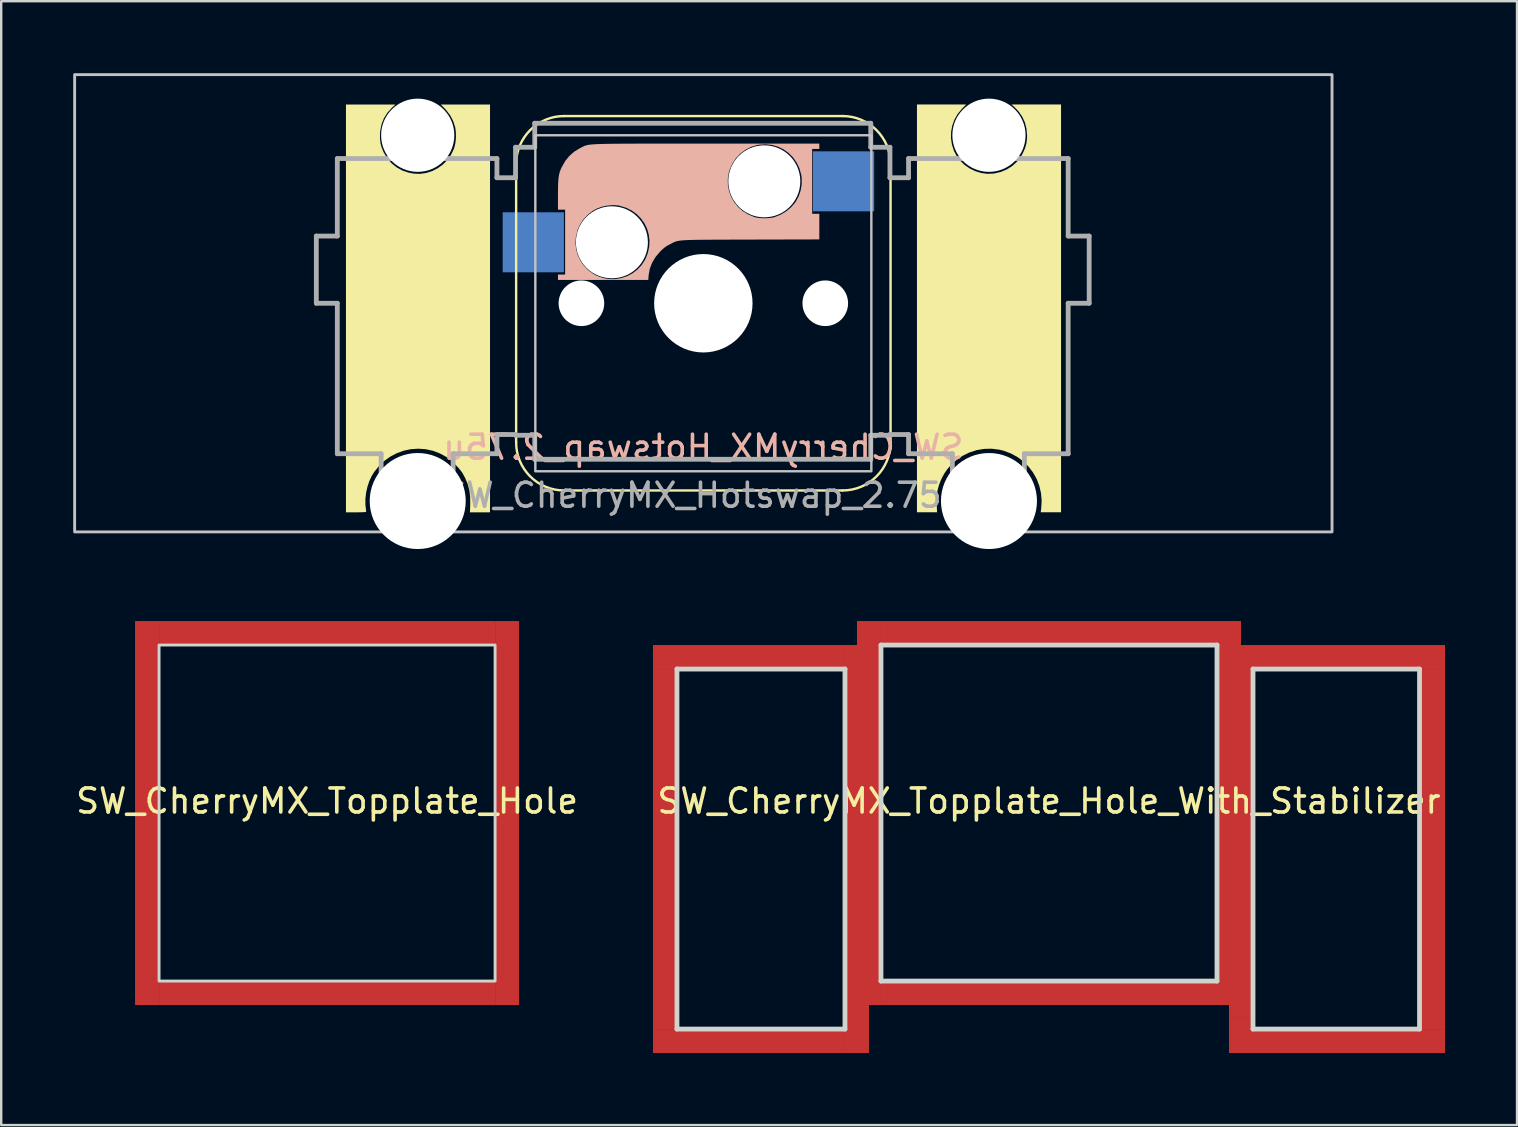
<source format=kicad_pcb>
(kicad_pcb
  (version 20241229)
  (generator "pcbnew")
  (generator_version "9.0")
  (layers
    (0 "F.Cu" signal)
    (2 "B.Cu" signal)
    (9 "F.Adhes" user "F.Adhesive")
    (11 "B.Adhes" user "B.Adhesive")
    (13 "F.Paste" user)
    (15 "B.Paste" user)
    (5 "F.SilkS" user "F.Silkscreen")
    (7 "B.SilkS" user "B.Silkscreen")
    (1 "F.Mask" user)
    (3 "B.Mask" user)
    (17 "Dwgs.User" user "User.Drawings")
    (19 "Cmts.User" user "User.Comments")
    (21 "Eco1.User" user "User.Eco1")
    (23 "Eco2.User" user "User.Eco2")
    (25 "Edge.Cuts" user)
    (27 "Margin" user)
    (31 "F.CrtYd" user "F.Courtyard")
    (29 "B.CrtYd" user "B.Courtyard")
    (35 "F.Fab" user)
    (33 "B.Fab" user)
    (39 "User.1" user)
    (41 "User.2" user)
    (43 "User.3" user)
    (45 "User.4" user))
  (footprint "SW_CherryMX_Topplate_Hole_With_Stabilizer"
    (layer "F.Cu")
    (at 40.655 30.825)
    (property "Reference" "SW_CherryMX_Topplate_Hole_With_Stabilizer" (at 0 -0.5 0) (unlocked yes) (layer "F.SilkS") (effects (font (size 1 1) (thickness 0.15))))
    (attr smd)
    (fp_line (start -15.5 -6) (end -8.5 -6) (stroke (width 0.2) (type solid)) (layer "Edge.Cuts"))
    (fp_line (start -15.5 9) (end -15.5 -6) (stroke (width 0.2) (type solid)) (layer "Edge.Cuts"))
    (fp_line (start -8.5 -6) (end -8.5 9) (stroke (width 0.2) (type solid)) (layer "Edge.Cuts"))
    (fp_line (start -8.5 9) (end -15.5 9) (stroke (width 0.2) (type solid)) (layer "Edge.Cuts"))
    (fp_line (start -7 -7) (end 7 -7) (stroke (width 0.2) (type solid)) (layer "Edge.Cuts"))
    (fp_line (start -7 7) (end -7 -7) (stroke (width 0.2) (type solid)) (layer "Edge.Cuts"))
    (fp_line (start 7 -7) (end 7 7) (stroke (width 0.2) (type solid)) (layer "Edge.Cuts"))
    (fp_line (start 7 7) (end -7 7) (stroke (width 0.2) (type solid)) (layer "Edge.Cuts"))
    (fp_line (start 8.5 -6) (end 15.438 -6) (stroke (width 0.2) (type solid)) (layer "Edge.Cuts"))
    (fp_line (start 8.5 9) (end 8.5 -6) (stroke (width 0.2) (type solid)) (layer "Edge.Cuts"))
    (fp_line (start 15.438 -6) (end 15.438 9) (stroke (width 0.2) (type solid)) (layer "Edge.Cuts"))
    (fp_line (start 15.438 9) (end 8.5 9) (stroke (width 0.2) (type solid)) (layer "Edge.Cuts"))
    (pad "" smd rect (at -16 1.5 90) (size 15 1) (layers "F.Cu" "F.Mask" "F.Paste"))
    (pad "" smd rect (at -12.5 -6.5 180) (size 8 1) (layers "F.Cu" "F.Mask" "F.Paste"))
    (pad "" smd rect (at -12.5 9.5 180) (size 8 1) (layers "F.Cu" "F.Mask" "F.Paste"))
    (pad "" smd rect (at -8 1.5 180) (size 1 17) (layers "F.Cu" "F.Mask" "F.Paste"))
    (pad "" smd rect (at -7.5 0 90) (size 16 1) (layers "F.Cu" "F.Mask" "F.Paste"))
    (pad "" smd rect (at 0 -7.5) (size 14 1) (layers "F.Cu" "F.Mask" "F.Paste"))
    (pad "" smd rect (at 0 7.5) (size 14 1) (layers "F.Cu" "F.Mask" "F.Paste"))
    (pad "" smd rect (at 7.5 0 90) (size 16 1) (layers "F.Cu" "F.Mask" "F.Paste"))
    (pad "" smd rect (at 8 0.75 90) (size 15.5 1) (layers "F.Cu" "F.Mask" "F.Paste"))
    (pad "" smd rect (at 8 9.25 180) (size 1 1.5) (layers "F.Cu" "F.Mask" "F.Paste"))
    (pad "" smd rect (at 12.5 -6.5 180) (size 8 1) (layers "F.Cu" "F.Mask" "F.Paste"))
    (pad "" smd rect (at 12.5 9.5 180) (size 8 1) (layers "F.Cu" "F.Mask" "F.Paste"))
    (pad "" smd rect (at 16 1.5 90) (size 15 1) (layers "F.Cu" "F.Mask" "F.Paste")))
  (footprint "SW_CherryMX_Topplate_Hole"
    (layer "F.Cu")
    (at 10.577 30.825)
    (property "Reference" "SW_CherryMX_Topplate_Hole" (at 0 -0.5 0) (unlocked yes) (layer "F.SilkS") (effects (font (size 1 1) (thickness 0.15))))
    (attr smd)
    (fp_rect (start -7 -7) (end 7 7) (stroke (width 0.12) (type solid)) (fill no) (layer "Edge.Cuts"))
    (pad "" smd rect (at -7.5 0 90) (size 16 1) (layers "F.Cu" "F.Mask" "F.Paste"))
    (pad "" smd rect (at 0 -7.5) (size 14 1) (layers "F.Cu" "F.Mask" "F.Paste"))
    (pad "" smd rect (at 0 7.5) (size 14 1) (layers "F.Cu" "F.Mask" "F.Paste"))
    (pad "" smd rect (at 7.5 0 90) (size 16 1) (layers "F.Cu" "F.Mask" "F.Paste")))
  (footprint "SW_CherryMX_Hotswap_2.75u"
    (layer "F.Cu")
    (at 26.254 9.585)
    (property "Reference" "SW_CherryMX_Hotswap_2.75u" (at 0 6 0) (unlocked yes) (layer "B.SilkS") (effects (font (size 1 1) (thickness 0.15)) (justify mirror)))
    (attr smd)
    (fp_line (start -7.8 -5.8) (end -7.8 5.8) (stroke (width 0.1) (type default)) (layer "F.SilkS"))
    (fp_line (start -5.8 -7.8) (end 5.8 -7.8) (stroke (width 0.1) (type default)) (layer "F.SilkS"))
    (fp_line (start -5.8 7.8) (end 5.8 7.8) (stroke (width 0.1) (type default)) (layer "F.SilkS"))
    (fp_line (start 7.8 -5.8) (end 7.8 5.8) (stroke (width 0.1) (type default)) (layer "F.SilkS"))
    (fp_arc (start -7.8 -5.8) (mid -7.214214 -7.214214) (end -5.8 -7.8) (stroke (width 0.1) (type default)) (layer "F.SilkS"))
    (fp_arc (start -5.8 7.8) (mid -7.214214 7.214214) (end -7.8 5.8) (stroke (width 0.1) (type default)) (layer "F.SilkS"))
    (fp_arc (start 5.8 -7.8) (mid 7.214214 -7.214214) (end 7.8 -5.8) (stroke (width 0.1) (type default)) (layer "F.SilkS"))
    (fp_arc (start 7.8 5.8) (mid 7.214214 7.214214) (end 5.8 7.8) (stroke (width 0.1) (type default)) (layer "F.SilkS"))
    (fp_poly (pts (xy 10.773 -8.101) (xy 10.597 -7.889) (xy 10.463 -7.654) (xy 10.371 -7.403) (xy 10.322 -7.141) (xy 10.317 -6.875) (xy 10.357 -6.61) (xy 10.441 -6.352) (xy 10.53 -6.175) (xy 10.682 -5.961) (xy 10.869 -5.776) (xy 11.084 -5.623) (xy 11.321 -5.506) (xy 11.571 -5.428) (xy 11.829 -5.393) (xy 12.089 -5.402) (xy 12.114 -5.406) (xy 12.392 -5.471) (xy 12.647 -5.577) (xy 12.875 -5.722) (xy 13.073 -5.904) (xy 13.237 -6.12) (xy 13.316 -6.262) (xy 13.403 -6.459) (xy 13.457 -6.643) (xy 13.484 -6.832) (xy 13.489 -6.98) (xy 13.465 -7.267) (xy 13.397 -7.534) (xy 13.284 -7.779) (xy 13.127 -8.002) (xy 12.98 -8.155) (xy 12.84 -8.283) (xy 14.903 -8.283) (xy 14.903 8.708) (xy 14.056 8.708) (xy 14.075 8.565) (xy 14.096 8.239) (xy 14.07 7.92) (xy 14 7.615) (xy 13.89 7.325) (xy 13.74 7.056) (xy 13.555 6.811) (xy 13.337 6.593) (xy 13.088 6.407) (xy 12.811 6.256) (xy 12.51 6.144) (xy 12.336 6.101) (xy 12.018 6.06) (xy 11.7 6.067) (xy 11.388 6.119) (xy 11.087 6.216) (xy 10.802 6.355) (xy 10.539 6.534) (xy 10.304 6.752) (xy 10.297 6.759) (xy 10.157 6.923) (xy 10.044 7.086) (xy 9.945 7.267) (xy 9.879 7.41) (xy 9.806 7.607) (xy 9.756 7.802) (xy 9.729 8.011) (xy 9.722 8.245) (xy 9.724 8.366) (xy 9.737 8.708) (xy 8.9 8.708) (xy 8.9 -8.283) (xy 10.952 -8.283)) (stroke (width 0) (type solid)) (fill yes) (layer "F.SilkS"))
    (fp_poly (pts (xy -12.976 -8.145) (xy -13.164 -7.939) (xy -13.308 -7.712) (xy -13.407 -7.463) (xy -13.461 -7.193) (xy -13.471 -7.072) (xy -13.473 -6.865) (xy -13.455 -6.687) (xy -13.413 -6.52) (xy -13.344 -6.345) (xy -13.316 -6.284) (xy -13.172 -6.043) (xy -12.994 -5.835) (xy -12.784 -5.665) (xy -12.546 -5.533) (xy -12.282 -5.442) (xy -12.073 -5.402) (xy -11.808 -5.391) (xy -11.549 -5.427) (xy -11.3 -5.506) (xy -11.066 -5.624) (xy -10.854 -5.777) (xy -10.669 -5.963) (xy -10.515 -6.178) (xy -10.399 -6.419) (xy -10.373 -6.495) (xy -10.329 -6.682) (xy -10.308 -6.893) (xy -10.309 -7.107) (xy -10.333 -7.303) (xy -10.337 -7.324) (xy -10.421 -7.589) (xy -10.55 -7.835) (xy -10.72 -8.057) (xy -10.76 -8.099) (xy -10.939 -8.281) (xy -8.888 -8.281) (xy -8.888 8.71) (xy -9.724 8.71) (xy -9.712 8.368) (xy -9.715 8.066) (xy -9.749 7.792) (xy -9.817 7.535) (xy -9.922 7.283) (xy -10.033 7.079) (xy -10.103 6.979) (xy -10.202 6.86) (xy -10.32 6.734) (xy -10.445 6.612) (xy -10.567 6.504) (xy -10.675 6.422) (xy -10.686 6.415) (xy -10.97 6.258) (xy -11.265 6.147) (xy -11.568 6.081) (xy -11.873 6.059) (xy -12.177 6.079) (xy -12.474 6.14) (xy -12.761 6.242) (xy -13.033 6.383) (xy -13.285 6.562) (xy -13.514 6.778) (xy -13.714 7.03) (xy -13.818 7.197) (xy -13.916 7.407) (xy -13.995 7.645) (xy -14.051 7.897) (xy -14.08 8.147) (xy -14.081 8.381) (xy -14.073 8.462) (xy -14.061 8.556) (xy -14.052 8.632) (xy -14.048 8.676) (xy -14.048 8.679) (xy -14.06 8.691) (xy -14.099 8.7) (xy -14.172 8.705) (xy -14.283 8.709) (xy -14.438 8.71) (xy -14.469 8.71) (xy -14.89 8.71) (xy -14.89 -8.281) (xy -12.829 -8.281)) (stroke (width 0) (type solid)) (fill yes) (layer "F.SilkS"))
    (fp_poly (pts (xy -6.057 -1.196) (xy -5.759 -1.196) (xy -5.759 -3.899) (xy -6.057 -3.899) (xy -6.057 -4.526) (xy -6.055 -4.762) (xy -6.051 -4.956) (xy -6.043 -5.116) (xy -6.03 -5.249) (xy -6.011 -5.361) (xy -5.985 -5.462) (xy -5.95 -5.558) (xy -5.907 -5.656) (xy -5.899 -5.672) (xy -5.756 -5.924) (xy -5.584 -6.137) (xy -5.379 -6.316) (xy -5.138 -6.464) (xy -5.102 -6.481) (xy -5.062 -6.501) (xy -5.026 -6.52) (xy -4.992 -6.537) (xy -4.958 -6.552) (xy -4.922 -6.566) (xy -4.882 -6.579) (xy -4.835 -6.59) (xy -4.78 -6.6) (xy -4.713 -6.609) (xy -4.634 -6.617) (xy -4.539 -6.624) (xy -4.428 -6.63) (xy -4.296 -6.635) (xy -4.143 -6.639) (xy -3.966 -6.642) (xy -3.764 -6.645) (xy -3.533 -6.647) (xy -3.272 -6.649) (xy -2.978 -6.65) (xy -2.65 -6.651) (xy -2.285 -6.652) (xy -1.881 -6.652) (xy -1.437 -6.652) (xy -0.948 -6.652) (xy -0.415 -6.652) (xy 0.138 -6.652) (xy 4.832 -6.653) (xy 4.832 -6.429) (xy 4.535 -6.429) (xy 4.535 -4.964) (xy 4.099 -4.964) (xy 4.098 -5.219) (xy 4.077 -5.362) (xy 4 -5.628) (xy 3.883 -5.869) (xy 3.732 -6.082) (xy 3.549 -6.264) (xy 3.341 -6.413) (xy 3.111 -6.524) (xy 2.863 -6.595) (xy 2.602 -6.624) (xy 2.333 -6.607) (xy 2.24 -6.591) (xy 1.984 -6.512) (xy 1.748 -6.391) (xy 1.537 -6.232) (xy 1.355 -6.039) (xy 1.207 -5.817) (xy 1.098 -5.569) (xy 1.061 -5.447) (xy 1.019 -5.185) (xy 1.023 -4.926) (xy 1.07 -4.674) (xy 1.158 -4.436) (xy 1.284 -4.214) (xy 1.444 -4.016) (xy 1.637 -3.844) (xy 1.858 -3.705) (xy 2.104 -3.602) (xy 2.203 -3.574) (xy 2.339 -3.552) (xy 2.501 -3.542) (xy 2.671 -3.545) (xy 2.83 -3.56) (xy 2.958 -3.587) (xy 3.212 -3.686) (xy 3.447 -3.825) (xy 3.655 -3.998) (xy 3.827 -4.199) (xy 3.855 -4.239) (xy 3.975 -4.463) (xy 4.057 -4.708) (xy 4.099 -4.964) (xy 4.535 -4.964) (xy 4.535 -3.726) (xy 4.832 -3.726) (xy 4.832 -2.66) (xy 1.961 -2.653) (xy 1.516 -2.652) (xy 1.117 -2.651) (xy 0.762 -2.65) (xy 0.448 -2.649) (xy 0.172 -2.647) (xy -0.069 -2.645) (xy -0.277 -2.643) (xy -0.456 -2.639) (xy -0.609 -2.635) (xy -0.738 -2.629) (xy -0.846 -2.622) (xy -0.936 -2.614) (xy -0.954 -2.612) (xy -2.244 -2.612) (xy -2.274 -2.863) (xy -2.344 -3.103) (xy -2.453 -3.328) (xy -2.597 -3.533) (xy -2.776 -3.713) (xy -2.985 -3.864) (xy -3.224 -3.982) (xy -3.489 -4.062) (xy -3.546 -4.074) (xy -3.699 -4.088) (xy -3.878 -4.082) (xy -4.062 -4.059) (xy -4.231 -4.02) (xy -4.265 -4.009) (xy -4.441 -3.942) (xy -4.589 -3.863) (xy -4.729 -3.761) (xy -4.832 -3.67) (xy -5.006 -3.483) (xy -5.138 -3.283) (xy -5.237 -3.058) (xy -5.242 -3.045) (xy -5.308 -2.779) (xy -5.327 -2.514) (xy -5.301 -2.254) (xy -5.232 -2.005) (xy -5.121 -1.772) (xy -4.972 -1.559) (xy -4.786 -1.371) (xy -4.566 -1.214) (xy -4.43 -1.142) (xy -4.184 -1.052) (xy -3.93 -1.007) (xy -3.674 -1.006) (xy -3.423 -1.047) (xy -3.181 -1.127) (xy -2.956 -1.244) (xy -2.752 -1.398) (xy -2.576 -1.585) (xy -2.433 -1.803) (xy -2.417 -1.834) (xy -2.313 -2.093) (xy -2.256 -2.353) (xy -2.244 -2.612) (xy -0.954 -2.612) (xy -1.011 -2.604) (xy -1.075 -2.592) (xy -1.129 -2.578) (xy -1.177 -2.562) (xy -1.221 -2.544) (xy -1.265 -2.523) (xy -1.311 -2.499) (xy -1.362 -2.473) (xy -1.393 -2.457) (xy -1.521 -2.388) (xy -1.631 -2.31) (xy -1.742 -2.212) (xy -1.79 -2.165) (xy -1.983 -1.938) (xy -2.129 -1.699) (xy -2.227 -1.448) (xy -2.277 -1.185) (xy -2.28 -1.154) (xy -2.294 -0.972) (xy -6.057 -0.972)) (stroke (width 0) (type solid)) (fill yes) (layer "B.SilkS"))
    (fp_rect (start -26.194 -9.525) (end 26.194 9.525) (stroke (width 0.12) (type solid)) (fill no) (layer "Dwgs.User"))
    (fp_rect (start -7 7) (end 7 -7) (stroke (width 0.1) (type default)) (fill no) (layer "Dwgs.User"))
    (fp_line (start -16.125 -2.8) (end -16.125 0) (stroke (width 0.2) (type solid)) (layer "F.Fab"))
    (fp_line (start -16.125 0) (end -15.25 0) (stroke (width 0.2) (type solid)) (layer "F.Fab"))
    (fp_line (start -15.25 -6.03) (end -15.25 -2.8) (stroke (width 0.2) (type solid)) (layer "F.Fab"))
    (fp_line (start -15.25 -2.8) (end -16.125 -2.8) (stroke (width 0.2) (type solid)) (layer "F.Fab"))
    (fp_line (start -15.25 0) (end -15.25 6.27) (stroke (width 0.2) (type solid)) (layer "F.Fab"))
    (fp_line (start -15.25 6.27) (end -13.425 6.27) (stroke (width 0.2) (type solid)) (layer "F.Fab"))
    (fp_line (start -13.425 6.27) (end -13.425 7.47) (stroke (width 0.2) (type solid)) (layer "F.Fab"))
    (fp_line (start -13.425 7.47) (end -10.425 7.47) (stroke (width 0.2) (type solid)) (layer "F.Fab"))
    (fp_line (start -10.425 6.27) (end -10.425 6.27) (stroke (width 0.2) (type solid)) (layer "F.Fab"))
    (fp_line (start -10.425 6.27) (end -8.6 6.27) (stroke (width 0.2) (type solid)) (layer "F.Fab"))
    (fp_line (start -10.425 7.47) (end -10.425 6.27) (stroke (width 0.2) (type solid)) (layer "F.Fab"))
    (fp_line (start -8.6 -6.03) (end -15.25 -6.03) (stroke (width 0.2) (type solid)) (layer "F.Fab"))
    (fp_line (start -8.6 -5.23) (end -8.6 -6.03) (stroke (width 0.2) (type solid)) (layer "F.Fab"))
    (fp_line (start -8.6 5.47) (end -7.825 5.47) (stroke (width 0.2) (type solid)) (layer "F.Fab"))
    (fp_line (start -8.6 6.27) (end -8.6 5.47) (stroke (width 0.2) (type solid)) (layer "F.Fab"))
    (fp_line (start -7.825 -6.5) (end -7.825 -5.23) (stroke (width 0.2) (type solid)) (layer "F.Fab"))
    (fp_line (start -7.825 -5.23) (end -8.6 -5.23) (stroke (width 0.2) (type solid)) (layer "F.Fab"))
    (fp_line (start -7.825 5.47) (end -7.825 5.5) (stroke (width 0.2) (type solid)) (layer "F.Fab"))
    (fp_line (start -7.825 5.5) (end -7.025 5.5) (stroke (width 0.2) (type solid)) (layer "F.Fab"))
    (fp_line (start -7.025 -7.5) (end -7.025 -6.5) (stroke (width 0.2) (type solid)) (layer "F.Fab"))
    (fp_line (start -7.025 -6.5) (end -7.825 -6.5) (stroke (width 0.2) (type solid)) (layer "F.Fab"))
    (fp_line (start -7.025 5.5) (end -7.025 6.5) (stroke (width 0.2) (type solid)) (layer "F.Fab"))
    (fp_line (start -7.025 6.5) (end 6.975 6.5) (stroke (width 0.2) (type solid)) (layer "F.Fab"))
    (fp_line (start 6.975 -7.5) (end -7.025 -7.5) (stroke (width 0.2) (type solid)) (layer "F.Fab"))
    (fp_line (start 6.975 -6.5) (end 6.975 -7.5) (stroke (width 0.2) (type solid)) (layer "F.Fab"))
    (fp_line (start 6.975 5.5) (end 7.775 5.5) (stroke (width 0.2) (type solid)) (layer "F.Fab"))
    (fp_line (start 6.975 6.5) (end 6.975 5.5) (stroke (width 0.2) (type solid)) (layer "F.Fab"))
    (fp_line (start 7.775 -6.5) (end 6.975 -6.5) (stroke (width 0.2) (type solid)) (layer "F.Fab"))
    (fp_line (start 7.775 -5.23) (end 7.775 -6.5) (stroke (width 0.2) (type solid)) (layer "F.Fab"))
    (fp_line (start 7.775 5.47) (end 8.55 5.47) (stroke (width 0.2) (type solid)) (layer "F.Fab"))
    (fp_line (start 7.775 5.5) (end 7.775 5.47) (stroke (width 0.2) (type solid)) (layer "F.Fab"))
    (fp_line (start 8.55 -6.03) (end 8.55 -5.23) (stroke (width 0.2) (type solid)) (layer "F.Fab"))
    (fp_line (start 8.55 -5.23) (end 7.775 -5.23) (stroke (width 0.2) (type solid)) (layer "F.Fab"))
    (fp_line (start 8.55 5.47) (end 8.55 6.27) (stroke (width 0.2) (type solid)) (layer "F.Fab"))
    (fp_line (start 8.55 6.27) (end 10.375 6.27) (stroke (width 0.2) (type solid)) (layer "F.Fab"))
    (fp_line (start 10.375 6.27) (end 10.375 7.47) (stroke (width 0.2) (type solid)) (layer "F.Fab"))
    (fp_line (start 10.375 7.47) (end 13.375 7.47) (stroke (width 0.2) (type solid)) (layer "F.Fab"))
    (fp_line (start 13.375 6.27) (end 15.2 6.27) (stroke (width 0.2) (type solid)) (layer "F.Fab"))
    (fp_line (start 13.375 7.47) (end 13.375 6.27) (stroke (width 0.2) (type solid)) (layer "F.Fab"))
    (fp_line (start 15.2 -6.03) (end 8.55 -6.03) (stroke (width 0.2) (type solid)) (layer "F.Fab"))
    (fp_line (start 15.2 -2.8) (end 15.2 -6.03) (stroke (width 0.2) (type solid)) (layer "F.Fab"))
    (fp_line (start 15.2 0) (end 16.075 0) (stroke (width 0.2) (type solid)) (layer "F.Fab"))
    (fp_line (start 15.2 6.27) (end 15.2 0) (stroke (width 0.2) (type solid)) (layer "F.Fab"))
    (fp_line (start 16.075 -2.8) (end 15.2 -2.8) (stroke (width 0.2) (type solid)) (layer "F.Fab"))
    (fp_line (start 16.075 0) (end 16.075 -2.8) (stroke (width 0.2) (type solid)) (layer "F.Fab"))
    (fp_text user "${REFERENCE}" (at 0 8 0) (unlocked yes) (layer "F.Fab") (effects (font (size 1 1) (thickness 0.15))))
    (pad "" np_thru_hole circle (at -11.9 -7) (size 3.05 3.05) (drill 3.05) (layers "*.Cu" "*.Mask"))
    (pad "" np_thru_hole circle (at -11.9 8.24) (size 4 4) (drill 4) (layers "*.Cu" "*.Mask"))
    (pad "" np_thru_hole circle (at -5.08 0) (size 1.9 1.9) (drill 1.9) (layers "*.Cu" "*.Mask"))
    (pad "" np_thru_hole circle (at -3.81 -2.54) (size 3 3) (drill 3) (layers "*.Cu" "*.Mask"))
    (pad "" np_thru_hole circle (at 0 0) (size 4.1 4.1) (drill 4.1) (layers "*.Cu" "*.Mask"))
    (pad "" np_thru_hole circle (at 2.54 -5.08) (size 3 3) (drill 3) (layers "*.Cu" "*.Mask"))
    (pad "" np_thru_hole circle (at 5.08 0) (size 1.9 1.9) (drill 1.9) (layers "*.Cu" "*.Mask"))
    (pad "" np_thru_hole circle (at 11.9 -7) (size 3.05 3.05) (drill 3.05) (layers "*.Cu" "*.Mask"))
    (pad "" np_thru_hole circle (at 11.9 8.24) (size 4 4) (drill 4) (layers "*.Cu" "*.Mask"))
    (pad "1" smd rect (at -7.085 -2.54) (size 2.55 2.5) (layers "B.Cu" "B.Mask" "B.Paste"))
    (pad "2" smd rect (at 5.842 -5.08) (size 2.55 2.5) (layers "B.Cu" "B.Mask" "B.Paste")))
  (gr_rect
    (start -3 -3)
    (end 60.155 43.825)
    (stroke (width 0.1) (type default))
    (fill no)
    (layer "Edge.Cuts")))
</source>
